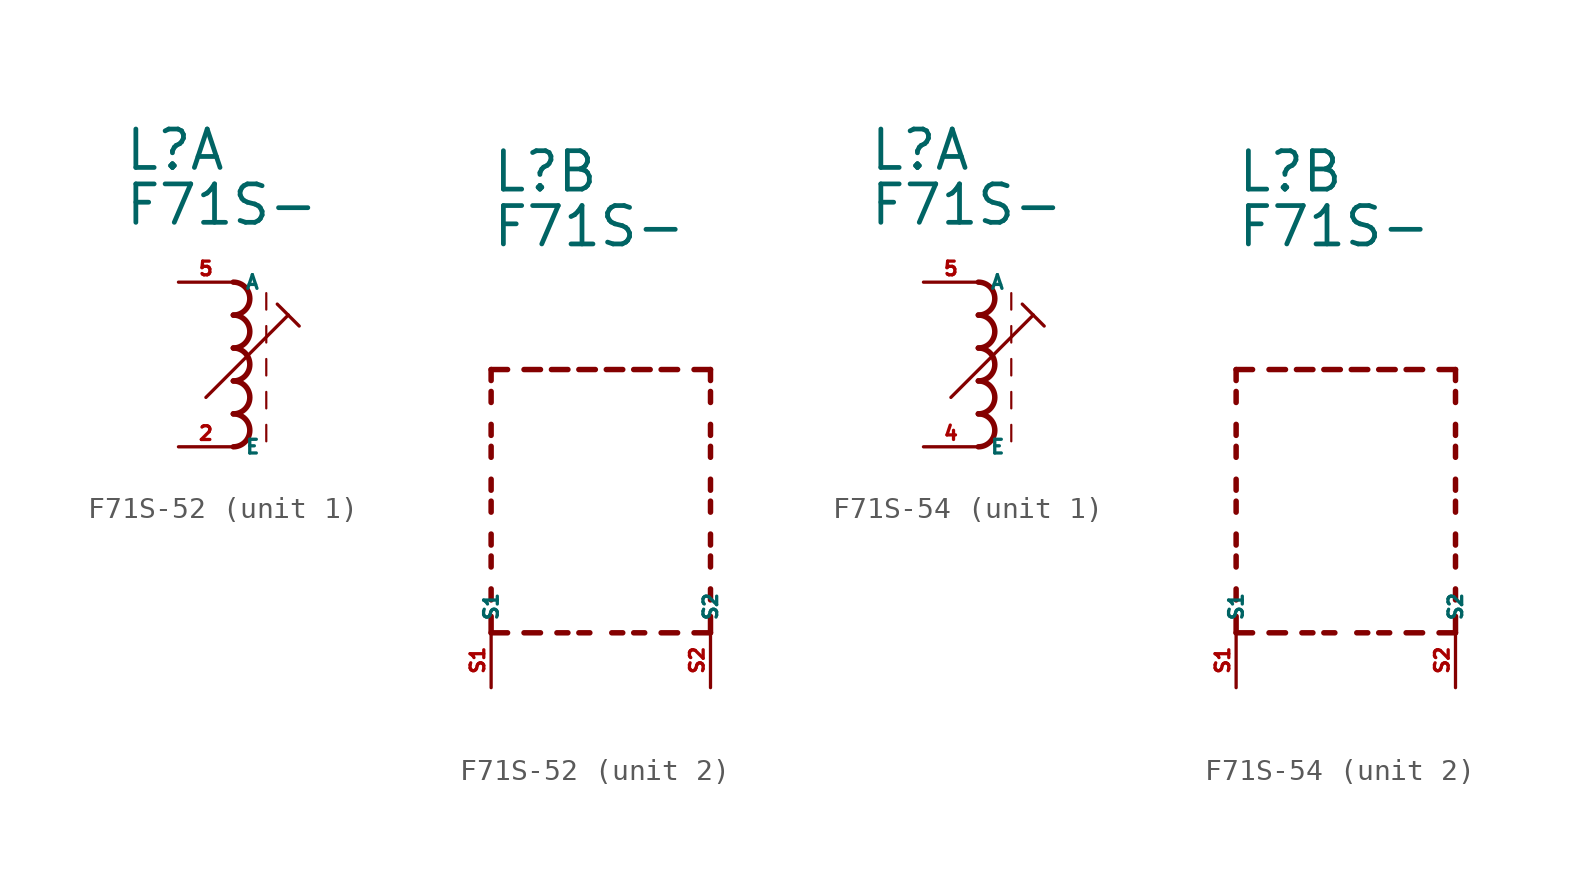
<source format=kicad_sym>
(kicad_symbol_lib
  (version 20220914)
  (generator kicad_symbol_editor)
  (symbol "F71S-52"
    (property "Reference" "L"
      (at -5.08 10.16 0)
      (effects (font (size 1.778 1.778) (thickness 0.22)) (justify left bottom)))
    (property "Value" "F71S-"
      (at -5.08 7.62 0)
      (effects (font (size 1.778 1.778) (thickness 0.22)) (justify left bottom)))
    (symbol "F71S-52_1_0"
      (arc (start 0 -2.54) (mid 0.7587 -1.778) (end 0 -1.016) (stroke (width 0.254) (type default)) (fill (type none)))
      (arc (start 0 -1.016) (mid 0.7587 -0.254) (end 0 0.508) (stroke (width 0.254) (type default)) (fill (type none)))
      (polyline (pts (xy -1.27 -0.254) (xy 2.54 3.556)) (stroke (width 0.152) (type default)) (fill (type none)))
      (polyline (pts (xy 1.524 -1.524) (xy 1.524 -2.286)) (stroke (width 0.102) (type default)) (fill (type none)))
      (polyline (pts (xy 1.524 0) (xy 1.524 -0.762)) (stroke (width 0.102) (type default)) (fill (type none)))
      (polyline (pts (xy 1.524 1.524) (xy 1.524 0.762)) (stroke (width 0.102) (type default)) (fill (type none)))
      (polyline (pts (xy 1.524 3.048) (xy 1.524 2.286)) (stroke (width 0.102) (type default)) (fill (type none)))
      (polyline (pts (xy 1.524 4.572) (xy 1.524 3.81)) (stroke (width 0.102) (type default)) (fill (type none)))
      (polyline (pts (xy 2.032 4.064) (xy 2.54 3.556)) (stroke (width 0.152) (type default)) (fill (type none)))
      (polyline (pts (xy 2.54 3.556) (xy 3.048 3.048)) (stroke (width 0.152) (type default)) (fill (type none)))
      (arc (start 0 0.508) (mid 0.7587 1.27) (end 0 2.032) (stroke (width 0.254) (type default)) (fill (type none)))
      (arc (start 0 2.032) (mid 0.7587 2.794) (end 0 3.556) (stroke (width 0.254) (type default)) (fill (type none)))
      (arc (start 0 3.556) (mid 0.7587 4.318) (end 0 5.08) (stroke (width 0.254) (type default)) (fill (type none)))
      (pin passive line (at -2.54 -2.54 0) (length 2.54) (name "E" (effects (font (size 0.635 0.635)))) (number "2" (effects (font (size 0.635 0.635)))))
      (pin passive line (at -2.54 5.08 0) (length 2.54) (name "A" (effects (font (size 0.635 0.635)))) (number "5" (effects (font (size 0.635 0.635))))))
    (symbol "F71S-52_2_0"
      (polyline (pts (xy -5.08 -10.16) (xy -5.08 -9.398)) (stroke (width 0.254) (type default)) (fill (type none)))
      (polyline (pts (xy -5.08 -10.16) (xy -4.318 -10.16)) (stroke (width 0.254) (type default)) (fill (type none)))
      (polyline (pts (xy -5.08 -8.636) (xy -5.08 -8.128)) (stroke (width 0.254) (type default)) (fill (type none)))
      (polyline (pts (xy -5.08 -7.112) (xy -5.08 -6.604)) (stroke (width 0.254) (type default)) (fill (type none)))
      (polyline (pts (xy -5.08 -6.096) (xy -5.08 -5.588)) (stroke (width 0.254) (type default)) (fill (type none)))
      (polyline (pts (xy -5.08 -4.572) (xy -5.08 -4.064)) (stroke (width 0.254) (type default)) (fill (type none)))
      (polyline (pts (xy -5.08 -3.556) (xy -5.08 -3.048)) (stroke (width 0.254) (type default)) (fill (type none)))
      (polyline (pts (xy -5.08 -2.032) (xy -5.08 -1.524)) (stroke (width 0.254) (type default)) (fill (type none)))
      (polyline (pts (xy -5.08 -1.016) (xy -5.08 -0.508)) (stroke (width 0.254) (type default)) (fill (type none)))
      (polyline (pts (xy -5.08 0.508) (xy -5.08 1.016)) (stroke (width 0.254) (type default)) (fill (type none)))
      (polyline (pts (xy -5.08 1.524) (xy -5.08 2.032)) (stroke (width 0.254) (type default)) (fill (type none)))
      (polyline (pts (xy -5.08 2.032) (xy -4.318 2.032)) (stroke (width 0.254) (type default)) (fill (type none)))
      (polyline (pts (xy -3.556 -10.16) (xy -2.794 -10.16)) (stroke (width 0.254) (type default)) (fill (type none)))
      (polyline (pts (xy -3.556 2.032) (xy -2.794 2.032)) (stroke (width 0.254) (type default)) (fill (type none)))
      (polyline (pts (xy -1.524 -10.16) (xy -2.032 -10.16)) (stroke (width 0.254) (type default)) (fill (type none)))
      (polyline (pts (xy -1.524 2.032) (xy -2.286 2.032)) (stroke (width 0.254) (type default)) (fill (type none)))
      (polyline (pts (xy -1.016 2.032) (xy -0.254 2.032)) (stroke (width 0.254) (type default)) (fill (type none)))
      (polyline (pts (xy -0.508 -10.16) (xy -1.016 -10.16)) (stroke (width 0.254) (type default)) (fill (type none)))
      (polyline (pts (xy 1.016 -10.16) (xy 0.508 -10.16)) (stroke (width 0.254) (type default)) (fill (type none)))
      (polyline (pts (xy 1.016 2.032) (xy 0.254 2.032)) (stroke (width 0.254) (type default)) (fill (type none)))
      (polyline (pts (xy 1.524 2.032) (xy 2.286 2.032)) (stroke (width 0.254) (type default)) (fill (type none)))
      (polyline (pts (xy 2.032 -10.16) (xy 1.524 -10.16)) (stroke (width 0.254) (type default)) (fill (type none)))
      (polyline (pts (xy 3.556 -10.16) (xy 2.794 -10.16)) (stroke (width 0.254) (type default)) (fill (type none)))
      (polyline (pts (xy 3.556 2.032) (xy 2.794 2.032)) (stroke (width 0.254) (type default)) (fill (type none)))
      (polyline (pts (xy 5.08 -10.16) (xy 4.318 -10.16)) (stroke (width 0.254) (type default)) (fill (type none)))
      (polyline (pts (xy 5.08 -10.16) (xy 5.08 -9.398)) (stroke (width 0.254) (type default)) (fill (type none)))
      (polyline (pts (xy 5.08 -8.636) (xy 5.08 -8.128)) (stroke (width 0.254) (type default)) (fill (type none)))
      (polyline (pts (xy 5.08 -7.112) (xy 5.08 -6.604)) (stroke (width 0.254) (type default)) (fill (type none)))
      (polyline (pts (xy 5.08 -6.096) (xy 5.08 -5.588)) (stroke (width 0.254) (type default)) (fill (type none)))
      (polyline (pts (xy 5.08 -4.572) (xy 5.08 -4.064)) (stroke (width 0.254) (type default)) (fill (type none)))
      (polyline (pts (xy 5.08 -3.556) (xy 5.08 -3.048)) (stroke (width 0.254) (type default)) (fill (type none)))
      (polyline (pts (xy 5.08 -2.032) (xy 5.08 -1.524)) (stroke (width 0.254) (type default)) (fill (type none)))
      (polyline (pts (xy 5.08 -1.016) (xy 5.08 -0.508)) (stroke (width 0.254) (type default)) (fill (type none)))
      (polyline (pts (xy 5.08 0.508) (xy 5.08 1.016)) (stroke (width 0.254) (type default)) (fill (type none)))
      (polyline (pts (xy 5.08 1.524) (xy 5.08 2.032)) (stroke (width 0.254) (type default)) (fill (type none)))
      (polyline (pts (xy 5.08 2.032) (xy 4.318 2.032)) (stroke (width 0.254) (type default)) (fill (type none)))
      (pin passive line (at -5.08 -12.7 90) (length 2.54) (name "S1" (effects (font (size 0.635 0.635)))) (number "S1" (effects (font (size 0.635 0.635)))))
      (pin passive line (at 5.08 -12.7 90) (length 2.54) (name "S2" (effects (font (size 0.635 0.635)))) (number "S2" (effects (font (size 0.635 0.635)))))))
  (symbol "F71S-54"
    (property "Reference" "L"
      (at -5.08 10.16 0)
      (effects (font (size 1.778 1.778) (thickness 0.22)) (justify left bottom)))
    (property "Value" "F71S-"
      (at -5.08 7.62 0)
      (effects (font (size 1.778 1.778) (thickness 0.22)) (justify left bottom)))
    (symbol "F71S-54_1_0"
      (arc (start 0 -2.54) (mid 0.7587 -1.778) (end 0 -1.016) (stroke (width 0.254) (type default)) (fill (type none)))
      (arc (start 0 -1.016) (mid 0.7587 -0.254) (end 0 0.508) (stroke (width 0.254) (type default)) (fill (type none)))
      (polyline (pts (xy -1.27 -0.254) (xy 2.54 3.556)) (stroke (width 0.152) (type default)) (fill (type none)))
      (polyline (pts (xy 1.524 -1.524) (xy 1.524 -2.286)) (stroke (width 0.102) (type default)) (fill (type none)))
      (polyline (pts (xy 1.524 0) (xy 1.524 -0.762)) (stroke (width 0.102) (type default)) (fill (type none)))
      (polyline (pts (xy 1.524 1.524) (xy 1.524 0.762)) (stroke (width 0.102) (type default)) (fill (type none)))
      (polyline (pts (xy 1.524 3.048) (xy 1.524 2.286)) (stroke (width 0.102) (type default)) (fill (type none)))
      (polyline (pts (xy 1.524 4.572) (xy 1.524 3.81)) (stroke (width 0.102) (type default)) (fill (type none)))
      (polyline (pts (xy 2.032 4.064) (xy 2.54 3.556)) (stroke (width 0.152) (type default)) (fill (type none)))
      (polyline (pts (xy 2.54 3.556) (xy 3.048 3.048)) (stroke (width 0.152) (type default)) (fill (type none)))
      (arc (start 0 0.508) (mid 0.7587 1.27) (end 0 2.032) (stroke (width 0.254) (type default)) (fill (type none)))
      (arc (start 0 2.032) (mid 0.7587 2.794) (end 0 3.556) (stroke (width 0.254) (type default)) (fill (type none)))
      (arc (start 0 3.556) (mid 0.7587 4.318) (end 0 5.08) (stroke (width 0.254) (type default)) (fill (type none)))
      (pin passive line (at -2.54 -2.54 0) (length 2.54) (name "E" (effects (font (size 0.635 0.635)))) (number "4" (effects (font (size 0.635 0.635)))))
      (pin passive line (at -2.54 5.08 0) (length 2.54) (name "A" (effects (font (size 0.635 0.635)))) (number "5" (effects (font (size 0.635 0.635))))))
    (symbol "F71S-54_2_0"
      (polyline (pts (xy -5.08 -10.16) (xy -5.08 -9.398)) (stroke (width 0.254) (type default)) (fill (type none)))
      (polyline (pts (xy -5.08 -10.16) (xy -4.318 -10.16)) (stroke (width 0.254) (type default)) (fill (type none)))
      (polyline (pts (xy -5.08 -8.636) (xy -5.08 -8.128)) (stroke (width 0.254) (type default)) (fill (type none)))
      (polyline (pts (xy -5.08 -7.112) (xy -5.08 -6.604)) (stroke (width 0.254) (type default)) (fill (type none)))
      (polyline (pts (xy -5.08 -6.096) (xy -5.08 -5.588)) (stroke (width 0.254) (type default)) (fill (type none)))
      (polyline (pts (xy -5.08 -4.572) (xy -5.08 -4.064)) (stroke (width 0.254) (type default)) (fill (type none)))
      (polyline (pts (xy -5.08 -3.556) (xy -5.08 -3.048)) (stroke (width 0.254) (type default)) (fill (type none)))
      (polyline (pts (xy -5.08 -2.032) (xy -5.08 -1.524)) (stroke (width 0.254) (type default)) (fill (type none)))
      (polyline (pts (xy -5.08 -1.016) (xy -5.08 -0.508)) (stroke (width 0.254) (type default)) (fill (type none)))
      (polyline (pts (xy -5.08 0.508) (xy -5.08 1.016)) (stroke (width 0.254) (type default)) (fill (type none)))
      (polyline (pts (xy -5.08 1.524) (xy -5.08 2.032)) (stroke (width 0.254) (type default)) (fill (type none)))
      (polyline (pts (xy -5.08 2.032) (xy -4.318 2.032)) (stroke (width 0.254) (type default)) (fill (type none)))
      (polyline (pts (xy -3.556 -10.16) (xy -2.794 -10.16)) (stroke (width 0.254) (type default)) (fill (type none)))
      (polyline (pts (xy -3.556 2.032) (xy -2.794 2.032)) (stroke (width 0.254) (type default)) (fill (type none)))
      (polyline (pts (xy -1.524 -10.16) (xy -2.032 -10.16)) (stroke (width 0.254) (type default)) (fill (type none)))
      (polyline (pts (xy -1.524 2.032) (xy -2.286 2.032)) (stroke (width 0.254) (type default)) (fill (type none)))
      (polyline (pts (xy -1.016 2.032) (xy -0.254 2.032)) (stroke (width 0.254) (type default)) (fill (type none)))
      (polyline (pts (xy -0.508 -10.16) (xy -1.016 -10.16)) (stroke (width 0.254) (type default)) (fill (type none)))
      (polyline (pts (xy 1.016 -10.16) (xy 0.508 -10.16)) (stroke (width 0.254) (type default)) (fill (type none)))
      (polyline (pts (xy 1.016 2.032) (xy 0.254 2.032)) (stroke (width 0.254) (type default)) (fill (type none)))
      (polyline (pts (xy 1.524 2.032) (xy 2.286 2.032)) (stroke (width 0.254) (type default)) (fill (type none)))
      (polyline (pts (xy 2.032 -10.16) (xy 1.524 -10.16)) (stroke (width 0.254) (type default)) (fill (type none)))
      (polyline (pts (xy 3.556 -10.16) (xy 2.794 -10.16)) (stroke (width 0.254) (type default)) (fill (type none)))
      (polyline (pts (xy 3.556 2.032) (xy 2.794 2.032)) (stroke (width 0.254) (type default)) (fill (type none)))
      (polyline (pts (xy 5.08 -10.16) (xy 4.318 -10.16)) (stroke (width 0.254) (type default)) (fill (type none)))
      (polyline (pts (xy 5.08 -10.16) (xy 5.08 -9.398)) (stroke (width 0.254) (type default)) (fill (type none)))
      (polyline (pts (xy 5.08 -8.636) (xy 5.08 -8.128)) (stroke (width 0.254) (type default)) (fill (type none)))
      (polyline (pts (xy 5.08 -7.112) (xy 5.08 -6.604)) (stroke (width 0.254) (type default)) (fill (type none)))
      (polyline (pts (xy 5.08 -6.096) (xy 5.08 -5.588)) (stroke (width 0.254) (type default)) (fill (type none)))
      (polyline (pts (xy 5.08 -4.572) (xy 5.08 -4.064)) (stroke (width 0.254) (type default)) (fill (type none)))
      (polyline (pts (xy 5.08 -3.556) (xy 5.08 -3.048)) (stroke (width 0.254) (type default)) (fill (type none)))
      (polyline (pts (xy 5.08 -2.032) (xy 5.08 -1.524)) (stroke (width 0.254) (type default)) (fill (type none)))
      (polyline (pts (xy 5.08 -1.016) (xy 5.08 -0.508)) (stroke (width 0.254) (type default)) (fill (type none)))
      (polyline (pts (xy 5.08 0.508) (xy 5.08 1.016)) (stroke (width 0.254) (type default)) (fill (type none)))
      (polyline (pts (xy 5.08 1.524) (xy 5.08 2.032)) (stroke (width 0.254) (type default)) (fill (type none)))
      (polyline (pts (xy 5.08 2.032) (xy 4.318 2.032)) (stroke (width 0.254) (type default)) (fill (type none)))
      (pin passive line (at -5.08 -12.7 90) (length 2.54) (name "S1" (effects (font (size 0.635 0.635)))) (number "S1" (effects (font (size 0.635 0.635)))))
      (pin passive line (at 5.08 -12.7 90) (length 2.54) (name "S2" (effects (font (size 0.635 0.635)))) (number "S2" (effects (font (size 0.635 0.635))))))))
</source>
